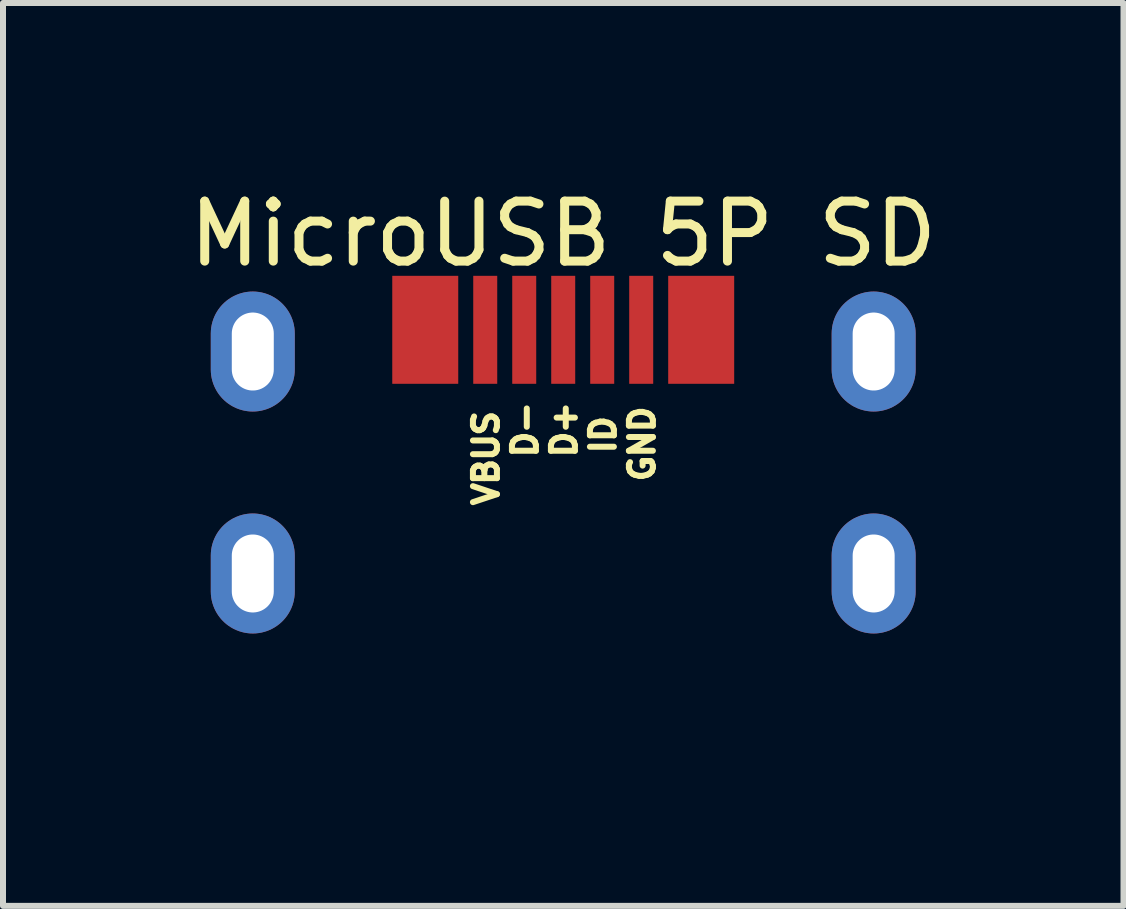
<source format=kicad_pcb>
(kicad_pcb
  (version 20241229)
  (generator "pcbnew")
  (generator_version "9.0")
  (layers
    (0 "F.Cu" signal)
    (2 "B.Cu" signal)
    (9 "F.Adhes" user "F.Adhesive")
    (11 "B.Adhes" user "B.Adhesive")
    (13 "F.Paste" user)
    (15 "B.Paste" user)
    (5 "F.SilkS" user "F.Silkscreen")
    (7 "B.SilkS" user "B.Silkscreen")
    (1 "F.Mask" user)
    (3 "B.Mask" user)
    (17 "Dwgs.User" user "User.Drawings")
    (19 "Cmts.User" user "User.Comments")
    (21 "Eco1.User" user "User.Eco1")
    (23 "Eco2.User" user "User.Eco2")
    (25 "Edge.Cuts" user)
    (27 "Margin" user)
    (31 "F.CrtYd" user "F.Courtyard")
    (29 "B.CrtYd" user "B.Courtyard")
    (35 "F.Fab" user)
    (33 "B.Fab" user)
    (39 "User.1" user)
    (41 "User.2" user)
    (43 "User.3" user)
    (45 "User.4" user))
  (footprint "MicroUSB 5P SD"
    (layer "F.Cu")
    (at 5.039 2.448)
    (property "Reference" "MicroUSB 5P SD" (at 1.3 -1.6 0) (layer "F.SilkS") (effects (font (size 1 1) (thickness 0.15))))
    (fp_line (start -4.277 6.476) (end -2.85 6.476) (stroke (width 0.152) (type solid)) (layer "User.1"))
    (fp_line (start -2.45 1.126) (end 5.05 1.126) (stroke (width 0.152) (type solid)) (layer "User.1"))
    (fp_line (start -2.45 6.076) (end -2.45 1.126) (stroke (width 0.152) (type solid)) (layer "User.1"))
    (fp_line (start 5.05 1.126) (end 5.05 1.126) (stroke (width 0.152) (type solid)) (layer "User.1"))
    (fp_line (start 5.05 6.076) (end 5.05 1.126) (stroke (width 0.152) (type solid)) (layer "User.1"))
    (fp_line (start 5.45 6.476) (end 6.877 6.476) (stroke (width 0.152) (type solid)) (layer "User.1"))
    (fp_arc (start -2.45001 6.07621) (mid -2.56716 6.359037) (end -2.849985 6.47619) (stroke (width 0.1524) (type solid)) (layer "User.1"))
    (fp_arc (start 5.449977 6.47618) (mid 5.167149 6.359026) (end 5.05 6.076197) (stroke (width 0.1524) (type solid)) (layer "User.1"))
    (fp_text user "GND" (at 2.849 2.577 90) (unlocked yes) (layer "F.SilkS") (effects (font (size 0.4 0.4) (thickness 0.1)) (justify left bottom)))
    (fp_text user "VBUS" (at 0.249 2.977 90) (unlocked yes) (layer "F.SilkS") (effects (font (size 0.4 0.4) (thickness 0.1)) (justify left bottom)))
    (fp_text user "D-" (at 0.899 2.177 90) (unlocked yes) (layer "F.SilkS") (effects (font (size 0.4 0.4) (thickness 0.1)) (justify left bottom)))
    (fp_text user "D+" (at 1.549 2.177 90) (unlocked yes) (layer "F.SilkS") (effects (font (size 0.4 0.4) (thickness 0.1)) (justify left bottom)))
    (fp_text user "ID" (at 2.199 2.11 90) (unlocked yes) (layer "F.SilkS") (effects (font (size 0.4 0.4) (thickness 0.1)) (justify left bottom)))
    (pad "0" thru_hole oval (at -3.875 0.362 180) (size 1.4 2) (drill oval 0.7 1.3) (layers "*.Cu" "*.Mask"))
    (pad "0" thru_hole oval (at -3.875 4.062 180) (size 1.4 2) (drill oval 0.7 1.3) (layers "*.Cu" "*.Mask"))
    (pad "0" smd rect (at -1 0 180) (size 1.1 1.8) (layers "F.Cu" "F.Mask" "F.Paste"))
    (pad "0" smd rect (at 3.6 0) (size 1.1 1.8) (layers "F.Cu" "F.Mask" "F.Paste"))
    (pad "0" thru_hole oval (at 6.475 0.362 180) (size 1.4 2) (drill oval 0.7 1.3) (layers "*.Cu" "*.Mask"))
    (pad "0" thru_hole oval (at 6.475 4.062 180) (size 1.4 2) (drill oval 0.7 1.3) (layers "*.Cu" "*.Mask"))
    (pad "1" smd rect (at 0 0 180) (size 0.4 1.8) (layers "F.Cu" "F.Mask" "F.Paste"))
    (pad "2" smd rect (at 0.65 0 180) (size 0.4 1.8) (layers "F.Cu" "F.Mask" "F.Paste"))
    (pad "3" smd rect (at 1.3 0 180) (size 0.4 1.8) (layers "F.Cu" "F.Mask" "F.Paste"))
    (pad "4" smd rect (at 1.95 0 180) (size 0.4 1.8) (layers "F.Cu" "F.Mask" "F.Paste"))
    (pad "5" smd rect (at 2.6 0 180) (size 0.4 1.8) (layers "F.Cu" "F.Mask" "F.Paste"))
    (zone (net_name "") (layers "F.Cu" "B.Cu") (hatch edge 0.5) (connect_pads) (min_thickness 0.25) (filled_areas_thickness no) (keepout (tracks not_allowed) (vias not_allowed) (pads not_allowed) (copperpour not_allowed) (footprints allowed)) (placement (enabled no)) (fill) (polygon (pts (xy 2.214 8.8) (xy 2.26 8.819) (xy 2.295 8.854) (xy 2.314 8.9) (xy 2.314 8.949) (xy 2.295 8.995) (xy 2.26 9.03) (xy 2.214 9.049) (xy 2.189 9.051) (xy 0.762 9.051) (xy 0.738 9.049) (xy 0.692 9.03) (xy 0.657 8.995) (xy 0.638 8.949) (xy 0.638 8.9) (xy 0.657 8.854) (xy 0.692 8.819) (xy 0.738 8.8) (xy 0.762 8.797) (xy 2.189 8.797))))
    (zone (net_name "") (layers "F.Cu" "B.Cu") (hatch edge 0.5) (connect_pads) (min_thickness 0.25) (filled_areas_thickness no) (keepout (tracks not_allowed) (vias not_allowed) (pads not_allowed) (copperpour not_allowed) (footprints allowed)) (placement (enabled no)) (fill) (polygon (pts (xy 2.465 3.55) (xy 2.484 3.504) (xy 2.519 3.469) (xy 2.565 3.45) (xy 2.614 3.45) (xy 2.66 3.469) (xy 2.695 3.504) (xy 2.714 3.55) (xy 2.716 3.574) (xy 2.716 8.524) (xy 2.714 8.549) (xy 2.695 8.595) (xy 2.66 8.63) (xy 2.614 8.649) (xy 2.565 8.649) (xy 2.519 8.63) (xy 2.484 8.595) (xy 2.465 8.549) (xy 2.462 8.524) (xy 2.462 3.574))))
    (zone (net_name "") (layers "F.Cu" "B.Cu") (hatch edge 0.5) (connect_pads) (min_thickness 0.25) (filled_areas_thickness no) (keepout (tracks not_allowed) (vias not_allowed) (pads not_allowed) (copperpour not_allowed) (footprints allowed)) (placement (enabled no)) (fill) (polygon (pts (xy 9.965 3.55) (xy 9.984 3.504) (xy 10.019 3.469) (xy 10.064 3.45) (xy 10.114 3.45) (xy 10.16 3.469) (xy 10.195 3.504) (xy 10.214 3.55) (xy 10.216 3.574) (xy 10.216 8.524) (xy 10.214 8.549) (xy 10.195 8.595) (xy 10.16 8.63) (xy 10.114 8.649) (xy 10.064 8.649) (xy 10.019 8.63) (xy 9.984 8.595) (xy 9.965 8.549) (xy 9.962 8.524) (xy 9.962 3.574))))
    (zone (net_name "") (layers "F.Cu" "B.Cu") (hatch edge 0.5) (connect_pads) (min_thickness 0.25) (filled_areas_thickness no) (keepout (tracks not_allowed) (vias not_allowed) (pads not_allowed) (copperpour not_allowed) (footprints allowed)) (placement (enabled no)) (fill) (polygon (pts (xy 10.114 3.45) (xy 10.16 3.469) (xy 10.195 3.504) (xy 10.214 3.55) (xy 10.214 3.599) (xy 10.195 3.645) (xy 10.16 3.68) (xy 10.114 3.699) (xy 10.089 3.701) (xy 2.589 3.701) (xy 2.565 3.699) (xy 2.519 3.68) (xy 2.484 3.645) (xy 2.465 3.599) (xy 2.465 3.55) (xy 2.484 3.504) (xy 2.519 3.469) (xy 2.565 3.45) (xy 2.589 3.447) (xy 10.089 3.447))))
    (zone (net_name "") (layers "F.Cu" "B.Cu") (hatch edge 0.5) (connect_pads) (min_thickness 0.25) (filled_areas_thickness no) (keepout (tracks not_allowed) (vias not_allowed) (pads not_allowed) (copperpour not_allowed) (footprints allowed)) (placement (enabled no)) (fill) (polygon (pts (xy 11.941 8.8) (xy 11.987 8.819) (xy 12.022 8.854) (xy 12.041 8.9) (xy 12.041 8.949) (xy 12.022 8.995) (xy 11.987 9.03) (xy 11.941 9.049) (xy 11.916 9.051) (xy 10.489 9.051) (xy 10.464 9.049) (xy 10.419 9.03) (xy 10.384 8.995) (xy 10.365 8.949) (xy 10.365 8.9) (xy 10.384 8.854) (xy 10.419 8.819) (xy 10.464 8.8) (xy 10.489 8.797) (xy 11.916 8.797))))
    (zone (net_name "") (layers "F.Cu" "B.Cu") (hatch edge 0.5) (connect_pads) (min_thickness 0.25) (filled_areas_thickness no) (keepout (tracks not_allowed) (vias not_allowed) (pads not_allowed) (copperpour not_allowed) (footprints allowed)) (placement (enabled no)) (fill) (polygon (pts (xy 2.462 8.524) (xy 2.475 8.469) (xy 2.51 8.425) (xy 2.561 8.401) (xy 2.618 8.401) (xy 2.668 8.425) (xy 2.704 8.469) (xy 2.716 8.524) (xy 2.703 8.642) (xy 2.664 8.753) (xy 2.601 8.853) (xy 2.518 8.936) (xy 2.418 8.999) (xy 2.307 9.038) (xy 2.189 9.051) (xy 2.134 9.039) (xy 2.09 9.004) (xy 2.065 8.953) (xy 2.065 8.896) (xy 2.09 8.845) (xy 2.134 8.81) (xy 2.189 8.797) (xy 2.233 8.797) (xy 2.315 8.771) (xy 2.385 8.72) (xy 2.436 8.65) (xy 2.462 8.568))))
    (zone (net_name "") (layers "F.Cu" "B.Cu") (hatch edge 0.5) (connect_pads) (min_thickness 0.25) (filled_areas_thickness no) (keepout (tracks not_allowed) (vias not_allowed) (pads not_allowed) (copperpour not_allowed) (footprints allowed)) (placement (enabled no)) (fill) (polygon (pts (xy 10.489 8.797) (xy 10.544 8.81) (xy 10.589 8.845) (xy 10.613 8.896) (xy 10.613 8.953) (xy 10.589 9.004) (xy 10.544 9.039) (xy 10.489 9.051) (xy 10.372 9.038) (xy 10.261 8.999) (xy 10.161 8.936) (xy 10.077 8.853) (xy 10.014 8.753) (xy 9.975 8.642) (xy 9.962 8.524) (xy 9.975 8.469) (xy 10.01 8.425) (xy 10.061 8.401) (xy 10.118 8.401) (xy 10.168 8.425) (xy 10.204 8.469) (xy 10.216 8.524) (xy 10.216 8.568) (xy 10.243 8.65) (xy 10.294 8.72) (xy 10.364 8.771) (xy 10.446 8.797)))))
  (gr_rect
    (start -3 -3)
    (end 15.679 12.051)
    (stroke (width 0.1) (type default))
    (fill no)
    (layer "Edge.Cuts")))
</source>
